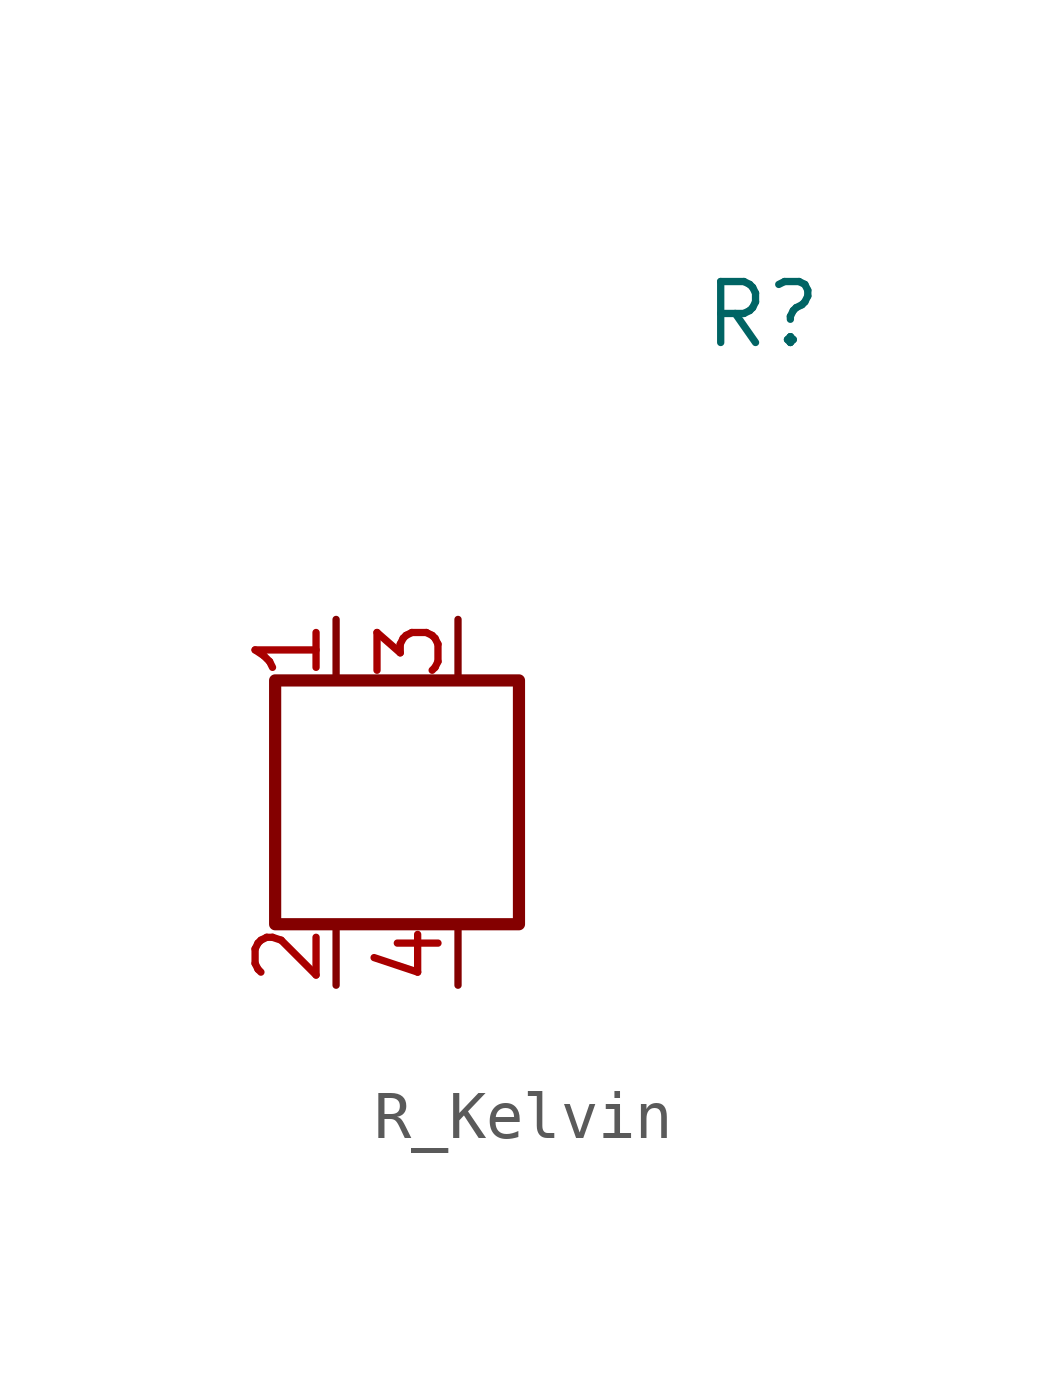
<source format=kicad_sym>
(kicad_symbol_lib
  (version 20220914)
  (generator kicad_symbol_editor)
  (symbol "R_Kelvin"
    (property "Reference" "R"
      (at 7.62 10.16 0)
      (effects (font (size 1.27 1.27))))
    (property "Value" ""
      (at 0 0 0)
      (effects (font (size 1.27 1.27))))
    (symbol "R_Kelvin_0_1"
      (rectangle (start -2.54 2.54) (end 2.54 -2.54) (stroke (width 0.254) (type default)) (fill (type none))))
    (symbol "R_Kelvin_1_1"
      (pin passive line (at -1.27 3.81 270) (length 1.27) (name "~" (effects (font (size 1.27 1.27)))) (number "1" (effects (font (size 1.27 1.27)))))
      (pin passive line (at -1.27 -3.81 90) (length 1.27) (name "~" (effects (font (size 1.27 1.27)))) (number "2" (effects (font (size 1.27 1.27)))))
      (pin passive line (at 1.27 3.81 270) (length 1.27) (name "" (effects (font (size 1.27 1.27)))) (number "3" (effects (font (size 1.27 1.27)))))
      (pin passive line (at 1.27 -3.81 90) (length 1.27) (name "" (effects (font (size 1.27 1.27)))) (number "4" (effects (font (size 1.27 1.27))))))))
</source>
